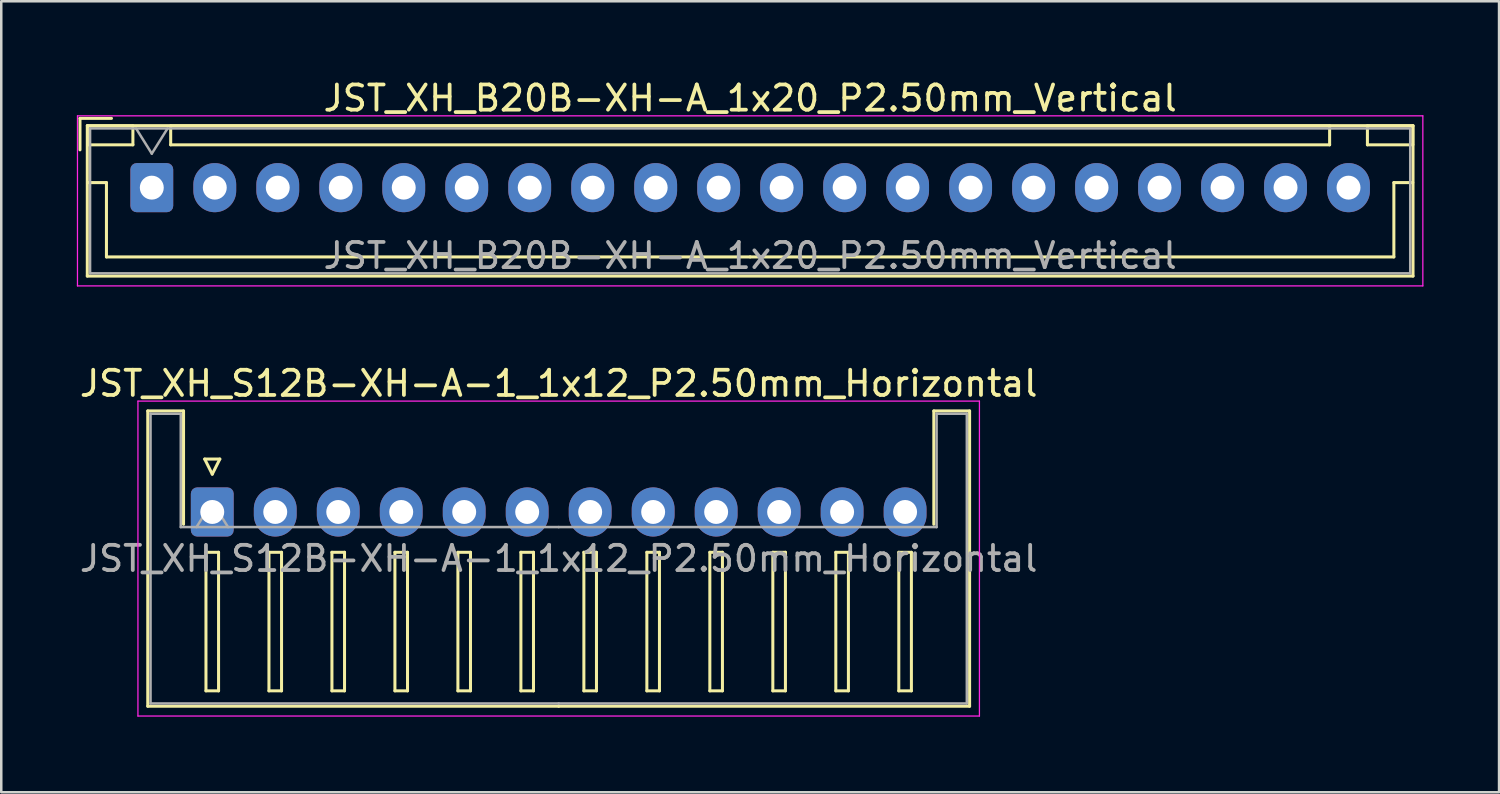
<source format=kicad_pcb>
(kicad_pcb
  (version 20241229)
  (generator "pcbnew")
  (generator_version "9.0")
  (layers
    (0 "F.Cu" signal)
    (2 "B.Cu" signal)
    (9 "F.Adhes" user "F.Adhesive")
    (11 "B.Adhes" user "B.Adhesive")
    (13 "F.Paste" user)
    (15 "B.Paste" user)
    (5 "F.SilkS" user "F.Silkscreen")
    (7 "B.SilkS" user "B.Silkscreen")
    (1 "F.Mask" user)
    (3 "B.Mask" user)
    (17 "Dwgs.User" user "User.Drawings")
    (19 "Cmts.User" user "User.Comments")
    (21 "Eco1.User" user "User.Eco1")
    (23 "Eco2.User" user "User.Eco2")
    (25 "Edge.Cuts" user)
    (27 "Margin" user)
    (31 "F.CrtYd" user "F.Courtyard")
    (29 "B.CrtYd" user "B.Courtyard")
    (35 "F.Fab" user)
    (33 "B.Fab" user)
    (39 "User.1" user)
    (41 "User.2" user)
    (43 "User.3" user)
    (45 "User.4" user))
  (footprint "JST_XH_S12B-XH-A-1_1x12_P2.50mm_Horizontal"
    (layer "F.Cu")
    (at 5.375 17.271)
    (property "Reference" "JST_XH_S12B-XH-A-1_1x12_P2.50mm_Horizontal" (at 13.75 -5.1 0) (layer "F.SilkS") (effects (font (size 1 1) (thickness 0.15))))
    (attr through_hole)
    (fp_line (start -2.56 -4.01) (end -1.14 -4.01) (stroke (width 0.12) (type solid)) (layer "F.SilkS"))
    (fp_line (start -2.56 7.71) (end -2.56 -4.01) (stroke (width 0.12) (type solid)) (layer "F.SilkS"))
    (fp_line (start -1.14 -4.01) (end -1.14 0.49) (stroke (width 0.12) (type solid)) (layer "F.SilkS"))
    (fp_line (start -0.3 -2.1) (end 0.3 -2.1) (stroke (width 0.12) (type solid)) (layer "F.SilkS"))
    (fp_line (start -0.25 1.6) (end -0.25 7.1) (stroke (width 0.12) (type solid)) (layer "F.SilkS"))
    (fp_line (start -0.25 7.1) (end 0.25 7.1) (stroke (width 0.12) (type solid)) (layer "F.SilkS"))
    (fp_line (start 0 -1.5) (end -0.3 -2.1) (stroke (width 0.12) (type solid)) (layer "F.SilkS"))
    (fp_line (start 0.25 1.6) (end -0.25 1.6) (stroke (width 0.12) (type solid)) (layer "F.SilkS"))
    (fp_line (start 0.25 7.1) (end 0.25 1.6) (stroke (width 0.12) (type solid)) (layer "F.SilkS"))
    (fp_line (start 0.3 -2.1) (end 0 -1.5) (stroke (width 0.12) (type solid)) (layer "F.SilkS"))
    (fp_line (start 2.25 1.6) (end 2.25 7.1) (stroke (width 0.12) (type solid)) (layer "F.SilkS"))
    (fp_line (start 2.25 7.1) (end 2.75 7.1) (stroke (width 0.12) (type solid)) (layer "F.SilkS"))
    (fp_line (start 2.75 1.6) (end 2.25 1.6) (stroke (width 0.12) (type solid)) (layer "F.SilkS"))
    (fp_line (start 2.75 7.1) (end 2.75 1.6) (stroke (width 0.12) (type solid)) (layer "F.SilkS"))
    (fp_line (start 4.75 1.6) (end 4.75 7.1) (stroke (width 0.12) (type solid)) (layer "F.SilkS"))
    (fp_line (start 4.75 7.1) (end 5.25 7.1) (stroke (width 0.12) (type solid)) (layer "F.SilkS"))
    (fp_line (start 5.25 1.6) (end 4.75 1.6) (stroke (width 0.12) (type solid)) (layer "F.SilkS"))
    (fp_line (start 5.25 7.1) (end 5.25 1.6) (stroke (width 0.12) (type solid)) (layer "F.SilkS"))
    (fp_line (start 7.25 1.6) (end 7.25 7.1) (stroke (width 0.12) (type solid)) (layer "F.SilkS"))
    (fp_line (start 7.25 7.1) (end 7.75 7.1) (stroke (width 0.12) (type solid)) (layer "F.SilkS"))
    (fp_line (start 7.75 1.6) (end 7.25 1.6) (stroke (width 0.12) (type solid)) (layer "F.SilkS"))
    (fp_line (start 7.75 7.1) (end 7.75 1.6) (stroke (width 0.12) (type solid)) (layer "F.SilkS"))
    (fp_line (start 9.75 1.6) (end 9.75 7.1) (stroke (width 0.12) (type solid)) (layer "F.SilkS"))
    (fp_line (start 9.75 7.1) (end 10.25 7.1) (stroke (width 0.12) (type solid)) (layer "F.SilkS"))
    (fp_line (start 10.25 1.6) (end 9.75 1.6) (stroke (width 0.12) (type solid)) (layer "F.SilkS"))
    (fp_line (start 10.25 7.1) (end 10.25 1.6) (stroke (width 0.12) (type solid)) (layer "F.SilkS"))
    (fp_line (start 12.25 1.6) (end 12.25 7.1) (stroke (width 0.12) (type solid)) (layer "F.SilkS"))
    (fp_line (start 12.25 7.1) (end 12.75 7.1) (stroke (width 0.12) (type solid)) (layer "F.SilkS"))
    (fp_line (start 12.75 1.6) (end 12.25 1.6) (stroke (width 0.12) (type solid)) (layer "F.SilkS"))
    (fp_line (start 12.75 7.1) (end 12.75 1.6) (stroke (width 0.12) (type solid)) (layer "F.SilkS"))
    (fp_line (start 13.75 7.71) (end -2.56 7.71) (stroke (width 0.12) (type solid)) (layer "F.SilkS"))
    (fp_line (start 13.75 7.71) (end 30.06 7.71) (stroke (width 0.12) (type solid)) (layer "F.SilkS"))
    (fp_line (start 14.75 1.6) (end 14.75 7.1) (stroke (width 0.12) (type solid)) (layer "F.SilkS"))
    (fp_line (start 14.75 7.1) (end 15.25 7.1) (stroke (width 0.12) (type solid)) (layer "F.SilkS"))
    (fp_line (start 15.25 1.6) (end 14.75 1.6) (stroke (width 0.12) (type solid)) (layer "F.SilkS"))
    (fp_line (start 15.25 7.1) (end 15.25 1.6) (stroke (width 0.12) (type solid)) (layer "F.SilkS"))
    (fp_line (start 17.25 1.6) (end 17.25 7.1) (stroke (width 0.12) (type solid)) (layer "F.SilkS"))
    (fp_line (start 17.25 7.1) (end 17.75 7.1) (stroke (width 0.12) (type solid)) (layer "F.SilkS"))
    (fp_line (start 17.75 1.6) (end 17.25 1.6) (stroke (width 0.12) (type solid)) (layer "F.SilkS"))
    (fp_line (start 17.75 7.1) (end 17.75 1.6) (stroke (width 0.12) (type solid)) (layer "F.SilkS"))
    (fp_line (start 19.75 1.6) (end 19.75 7.1) (stroke (width 0.12) (type solid)) (layer "F.SilkS"))
    (fp_line (start 19.75 7.1) (end 20.25 7.1) (stroke (width 0.12) (type solid)) (layer "F.SilkS"))
    (fp_line (start 20.25 1.6) (end 19.75 1.6) (stroke (width 0.12) (type solid)) (layer "F.SilkS"))
    (fp_line (start 20.25 7.1) (end 20.25 1.6) (stroke (width 0.12) (type solid)) (layer "F.SilkS"))
    (fp_line (start 22.25 1.6) (end 22.25 7.1) (stroke (width 0.12) (type solid)) (layer "F.SilkS"))
    (fp_line (start 22.25 7.1) (end 22.75 7.1) (stroke (width 0.12) (type solid)) (layer "F.SilkS"))
    (fp_line (start 22.75 1.6) (end 22.25 1.6) (stroke (width 0.12) (type solid)) (layer "F.SilkS"))
    (fp_line (start 22.75 7.1) (end 22.75 1.6) (stroke (width 0.12) (type solid)) (layer "F.SilkS"))
    (fp_line (start 24.75 1.6) (end 24.75 7.1) (stroke (width 0.12) (type solid)) (layer "F.SilkS"))
    (fp_line (start 24.75 7.1) (end 25.25 7.1) (stroke (width 0.12) (type solid)) (layer "F.SilkS"))
    (fp_line (start 25.25 1.6) (end 24.75 1.6) (stroke (width 0.12) (type solid)) (layer "F.SilkS"))
    (fp_line (start 25.25 7.1) (end 25.25 1.6) (stroke (width 0.12) (type solid)) (layer "F.SilkS"))
    (fp_line (start 27.25 1.6) (end 27.25 7.1) (stroke (width 0.12) (type solid)) (layer "F.SilkS"))
    (fp_line (start 27.25 7.1) (end 27.75 7.1) (stroke (width 0.12) (type solid)) (layer "F.SilkS"))
    (fp_line (start 27.75 1.6) (end 27.25 1.6) (stroke (width 0.12) (type solid)) (layer "F.SilkS"))
    (fp_line (start 27.75 7.1) (end 27.75 1.6) (stroke (width 0.12) (type solid)) (layer "F.SilkS"))
    (fp_line (start 28.64 -4.01) (end 28.64 0.49) (stroke (width 0.12) (type solid)) (layer "F.SilkS"))
    (fp_line (start 30.06 -4.01) (end 28.64 -4.01) (stroke (width 0.12) (type solid)) (layer "F.SilkS"))
    (fp_line (start 30.06 7.71) (end 30.06 -4.01) (stroke (width 0.12) (type solid)) (layer "F.SilkS"))
    (fp_line (start -2.95 -4.4) (end -2.95 8.1) (stroke (width 0.05) (type solid)) (layer "F.CrtYd"))
    (fp_line (start -2.95 8.1) (end 30.45 8.1) (stroke (width 0.05) (type solid)) (layer "F.CrtYd"))
    (fp_line (start 30.45 -4.4) (end -2.95 -4.4) (stroke (width 0.05) (type solid)) (layer "F.CrtYd"))
    (fp_line (start 30.45 8.1) (end 30.45 -4.4) (stroke (width 0.05) (type solid)) (layer "F.CrtYd"))
    (fp_line (start -2.45 -3.9) (end -1.25 -3.9) (stroke (width 0.1) (type solid)) (layer "F.Fab"))
    (fp_line (start -2.45 7.6) (end -2.45 -3.9) (stroke (width 0.1) (type solid)) (layer "F.Fab"))
    (fp_line (start -1.25 -3.9) (end -1.25 0.6) (stroke (width 0.1) (type solid)) (layer "F.Fab"))
    (fp_line (start -1.25 0.6) (end 13.75 0.6) (stroke (width 0.1) (type solid)) (layer "F.Fab"))
    (fp_line (start -0.625 0.6) (end 0 -0.4) (stroke (width 0.1) (type solid)) (layer "F.Fab"))
    (fp_line (start 0 -0.4) (end 0.625 0.6) (stroke (width 0.1) (type solid)) (layer "F.Fab"))
    (fp_line (start 13.75 7.6) (end -2.45 7.6) (stroke (width 0.1) (type solid)) (layer "F.Fab"))
    (fp_line (start 13.75 7.6) (end 29.95 7.6) (stroke (width 0.1) (type solid)) (layer "F.Fab"))
    (fp_line (start 28.75 -3.9) (end 28.75 0.6) (stroke (width 0.1) (type solid)) (layer "F.Fab"))
    (fp_line (start 28.75 0.6) (end 13.75 0.6) (stroke (width 0.1) (type solid)) (layer "F.Fab"))
    (fp_line (start 29.95 -3.9) (end 28.75 -3.9) (stroke (width 0.1) (type solid)) (layer "F.Fab"))
    (fp_line (start 29.95 7.6) (end 29.95 -3.9) (stroke (width 0.1) (type solid)) (layer "F.Fab"))
    (fp_text user "${REFERENCE}" (at 13.75 1.85 0) (layer "F.Fab") (effects (font (size 1 1) (thickness 0.15))))
    (pad "1" thru_hole roundrect (at 0 0) (size 1.7 1.95) (drill 0.95) (layers "*.Cu" "*.Mask") (roundrect_rratio 0.147))
    (pad "2" thru_hole oval (at 2.5 0) (size 1.7 1.95) (drill 0.95) (layers "*.Cu" "*.Mask"))
    (pad "3" thru_hole oval (at 5 0) (size 1.7 1.95) (drill 0.95) (layers "*.Cu" "*.Mask"))
    (pad "4" thru_hole oval (at 7.5 0) (size 1.7 1.95) (drill 0.95) (layers "*.Cu" "*.Mask"))
    (pad "5" thru_hole oval (at 10 0) (size 1.7 1.95) (drill 0.95) (layers "*.Cu" "*.Mask"))
    (pad "6" thru_hole oval (at 12.5 0) (size 1.7 1.95) (drill 0.95) (layers "*.Cu" "*.Mask"))
    (pad "7" thru_hole oval (at 15 0) (size 1.7 1.95) (drill 0.95) (layers "*.Cu" "*.Mask"))
    (pad "8" thru_hole oval (at 17.5 0) (size 1.7 1.95) (drill 0.95) (layers "*.Cu" "*.Mask"))
    (pad "9" thru_hole oval (at 20 0) (size 1.7 1.95) (drill 0.95) (layers "*.Cu" "*.Mask"))
    (pad "10" thru_hole oval (at 22.5 0) (size 1.7 1.95) (drill 0.95) (layers "*.Cu" "*.Mask"))
    (pad "11" thru_hole oval (at 25 0) (size 1.7 1.95) (drill 0.95) (layers "*.Cu" "*.Mask"))
    (pad "12" thru_hole oval (at 27.5 0) (size 1.7 1.95) (drill 0.95) (layers "*.Cu" "*.Mask")))
  (footprint "JST_XH_B20B-XH-A_1x20_P2.50mm_Vertical"
    (layer "F.Cu")
    (at 2.975 4.398)
    (property "Reference" "JST_XH_B20B-XH-A_1x20_P2.50mm_Vertical" (at 23.75 -3.55 0) (layer "F.SilkS") (effects (font (size 1 1) (thickness 0.15))))
    (attr through_hole)
    (fp_line (start -2.85 -2.75) (end -2.85 -1.5) (stroke (width 0.12) (type solid)) (layer "F.SilkS"))
    (fp_line (start -2.56 -2.46) (end -2.56 3.51) (stroke (width 0.12) (type solid)) (layer "F.SilkS"))
    (fp_line (start -2.56 3.51) (end 50.06 3.51) (stroke (width 0.12) (type solid)) (layer "F.SilkS"))
    (fp_line (start -2.55 -2.45) (end -2.55 -1.7) (stroke (width 0.12) (type solid)) (layer "F.SilkS"))
    (fp_line (start -2.55 -1.7) (end -0.75 -1.7) (stroke (width 0.12) (type solid)) (layer "F.SilkS"))
    (fp_line (start -2.55 -0.2) (end -1.8 -0.2) (stroke (width 0.12) (type solid)) (layer "F.SilkS"))
    (fp_line (start -1.8 -0.2) (end -1.8 2.75) (stroke (width 0.12) (type solid)) (layer "F.SilkS"))
    (fp_line (start -1.8 2.75) (end 23.75 2.75) (stroke (width 0.12) (type solid)) (layer "F.SilkS"))
    (fp_line (start -1.6 -2.75) (end -2.85 -2.75) (stroke (width 0.12) (type solid)) (layer "F.SilkS"))
    (fp_line (start -0.75 -2.45) (end -2.55 -2.45) (stroke (width 0.12) (type solid)) (layer "F.SilkS"))
    (fp_line (start -0.75 -1.7) (end -0.75 -2.45) (stroke (width 0.12) (type solid)) (layer "F.SilkS"))
    (fp_line (start 0.75 -2.45) (end 0.75 -1.7) (stroke (width 0.12) (type solid)) (layer "F.SilkS"))
    (fp_line (start 0.75 -1.7) (end 46.75 -1.7) (stroke (width 0.12) (type solid)) (layer "F.SilkS"))
    (fp_line (start 46.75 -2.45) (end 0.75 -2.45) (stroke (width 0.12) (type solid)) (layer "F.SilkS"))
    (fp_line (start 46.75 -1.7) (end 46.75 -2.45) (stroke (width 0.12) (type solid)) (layer "F.SilkS"))
    (fp_line (start 48.25 -2.45) (end 48.25 -1.7) (stroke (width 0.12) (type solid)) (layer "F.SilkS"))
    (fp_line (start 48.25 -1.7) (end 50.05 -1.7) (stroke (width 0.12) (type solid)) (layer "F.SilkS"))
    (fp_line (start 49.3 -0.2) (end 49.3 2.75) (stroke (width 0.12) (type solid)) (layer "F.SilkS"))
    (fp_line (start 49.3 2.75) (end 23.75 2.75) (stroke (width 0.12) (type solid)) (layer "F.SilkS"))
    (fp_line (start 50.05 -2.45) (end 48.25 -2.45) (stroke (width 0.12) (type solid)) (layer "F.SilkS"))
    (fp_line (start 50.05 -1.7) (end 50.05 -2.45) (stroke (width 0.12) (type solid)) (layer "F.SilkS"))
    (fp_line (start 50.05 -0.2) (end 49.3 -0.2) (stroke (width 0.12) (type solid)) (layer "F.SilkS"))
    (fp_line (start 50.06 -2.46) (end -2.56 -2.46) (stroke (width 0.12) (type solid)) (layer "F.SilkS"))
    (fp_line (start 50.06 3.51) (end 50.06 -2.46) (stroke (width 0.12) (type solid)) (layer "F.SilkS"))
    (fp_line (start -2.95 -2.85) (end -2.95 3.9) (stroke (width 0.05) (type solid)) (layer "F.CrtYd"))
    (fp_line (start -2.95 3.9) (end 50.45 3.9) (stroke (width 0.05) (type solid)) (layer "F.CrtYd"))
    (fp_line (start 50.45 -2.85) (end -2.95 -2.85) (stroke (width 0.05) (type solid)) (layer "F.CrtYd"))
    (fp_line (start 50.45 3.9) (end 50.45 -2.85) (stroke (width 0.05) (type solid)) (layer "F.CrtYd"))
    (fp_line (start -2.45 -2.35) (end -2.45 3.4) (stroke (width 0.1) (type solid)) (layer "F.Fab"))
    (fp_line (start -2.45 3.4) (end 49.95 3.4) (stroke (width 0.1) (type solid)) (layer "F.Fab"))
    (fp_line (start -0.625 -2.35) (end 0 -1.35) (stroke (width 0.1) (type solid)) (layer "F.Fab"))
    (fp_line (start 0 -1.35) (end 0.625 -2.35) (stroke (width 0.1) (type solid)) (layer "F.Fab"))
    (fp_line (start 49.95 -2.35) (end -2.45 -2.35) (stroke (width 0.1) (type solid)) (layer "F.Fab"))
    (fp_line (start 49.95 3.4) (end 49.95 -2.35) (stroke (width 0.1) (type solid)) (layer "F.Fab"))
    (fp_text user "${REFERENCE}" (at 23.75 2.7 0) (layer "F.Fab") (effects (font (size 1 1) (thickness 0.15))))
    (pad "1" thru_hole roundrect (at 0 0) (size 1.7 1.95) (drill 0.95) (layers "*.Cu" "*.Mask") (roundrect_rratio 0.147))
    (pad "2" thru_hole oval (at 2.5 0) (size 1.7 1.95) (drill 0.95) (layers "*.Cu" "*.Mask"))
    (pad "3" thru_hole oval (at 5 0) (size 1.7 1.95) (drill 0.95) (layers "*.Cu" "*.Mask"))
    (pad "4" thru_hole oval (at 7.5 0) (size 1.7 1.95) (drill 0.95) (layers "*.Cu" "*.Mask"))
    (pad "5" thru_hole oval (at 10 0) (size 1.7 1.95) (drill 0.95) (layers "*.Cu" "*.Mask"))
    (pad "6" thru_hole oval (at 12.5 0) (size 1.7 1.95) (drill 0.95) (layers "*.Cu" "*.Mask"))
    (pad "7" thru_hole oval (at 15 0) (size 1.7 1.95) (drill 0.95) (layers "*.Cu" "*.Mask"))
    (pad "8" thru_hole oval (at 17.5 0) (size 1.7 1.95) (drill 0.95) (layers "*.Cu" "*.Mask"))
    (pad "9" thru_hole oval (at 20 0) (size 1.7 1.95) (drill 0.95) (layers "*.Cu" "*.Mask"))
    (pad "10" thru_hole oval (at 22.5 0) (size 1.7 1.95) (drill 0.95) (layers "*.Cu" "*.Mask"))
    (pad "11" thru_hole oval (at 25 0) (size 1.7 1.95) (drill 0.95) (layers "*.Cu" "*.Mask"))
    (pad "12" thru_hole oval (at 27.5 0) (size 1.7 1.95) (drill 0.95) (layers "*.Cu" "*.Mask"))
    (pad "13" thru_hole oval (at 30 0) (size 1.7 1.95) (drill 0.95) (layers "*.Cu" "*.Mask"))
    (pad "14" thru_hole oval (at 32.5 0) (size 1.7 1.95) (drill 0.95) (layers "*.Cu" "*.Mask"))
    (pad "15" thru_hole oval (at 35 0) (size 1.7 1.95) (drill 0.95) (layers "*.Cu" "*.Mask"))
    (pad "16" thru_hole oval (at 37.5 0) (size 1.7 1.95) (drill 0.95) (layers "*.Cu" "*.Mask"))
    (pad "17" thru_hole oval (at 40 0) (size 1.7 1.95) (drill 0.95) (layers "*.Cu" "*.Mask"))
    (pad "18" thru_hole oval (at 42.5 0) (size 1.7 1.95) (drill 0.95) (layers "*.Cu" "*.Mask"))
    (pad "19" thru_hole oval (at 45 0) (size 1.7 1.95) (drill 0.95) (layers "*.Cu" "*.Mask"))
    (pad "20" thru_hole oval (at 47.5 0) (size 1.7 1.95) (drill 0.95) (layers "*.Cu" "*.Mask")))
  (gr_rect
    (start -3 -3)
    (end 56.45 28.396)
    (stroke (width 0.1) (type default))
    (fill no)
    (layer "Edge.Cuts")))
</source>
